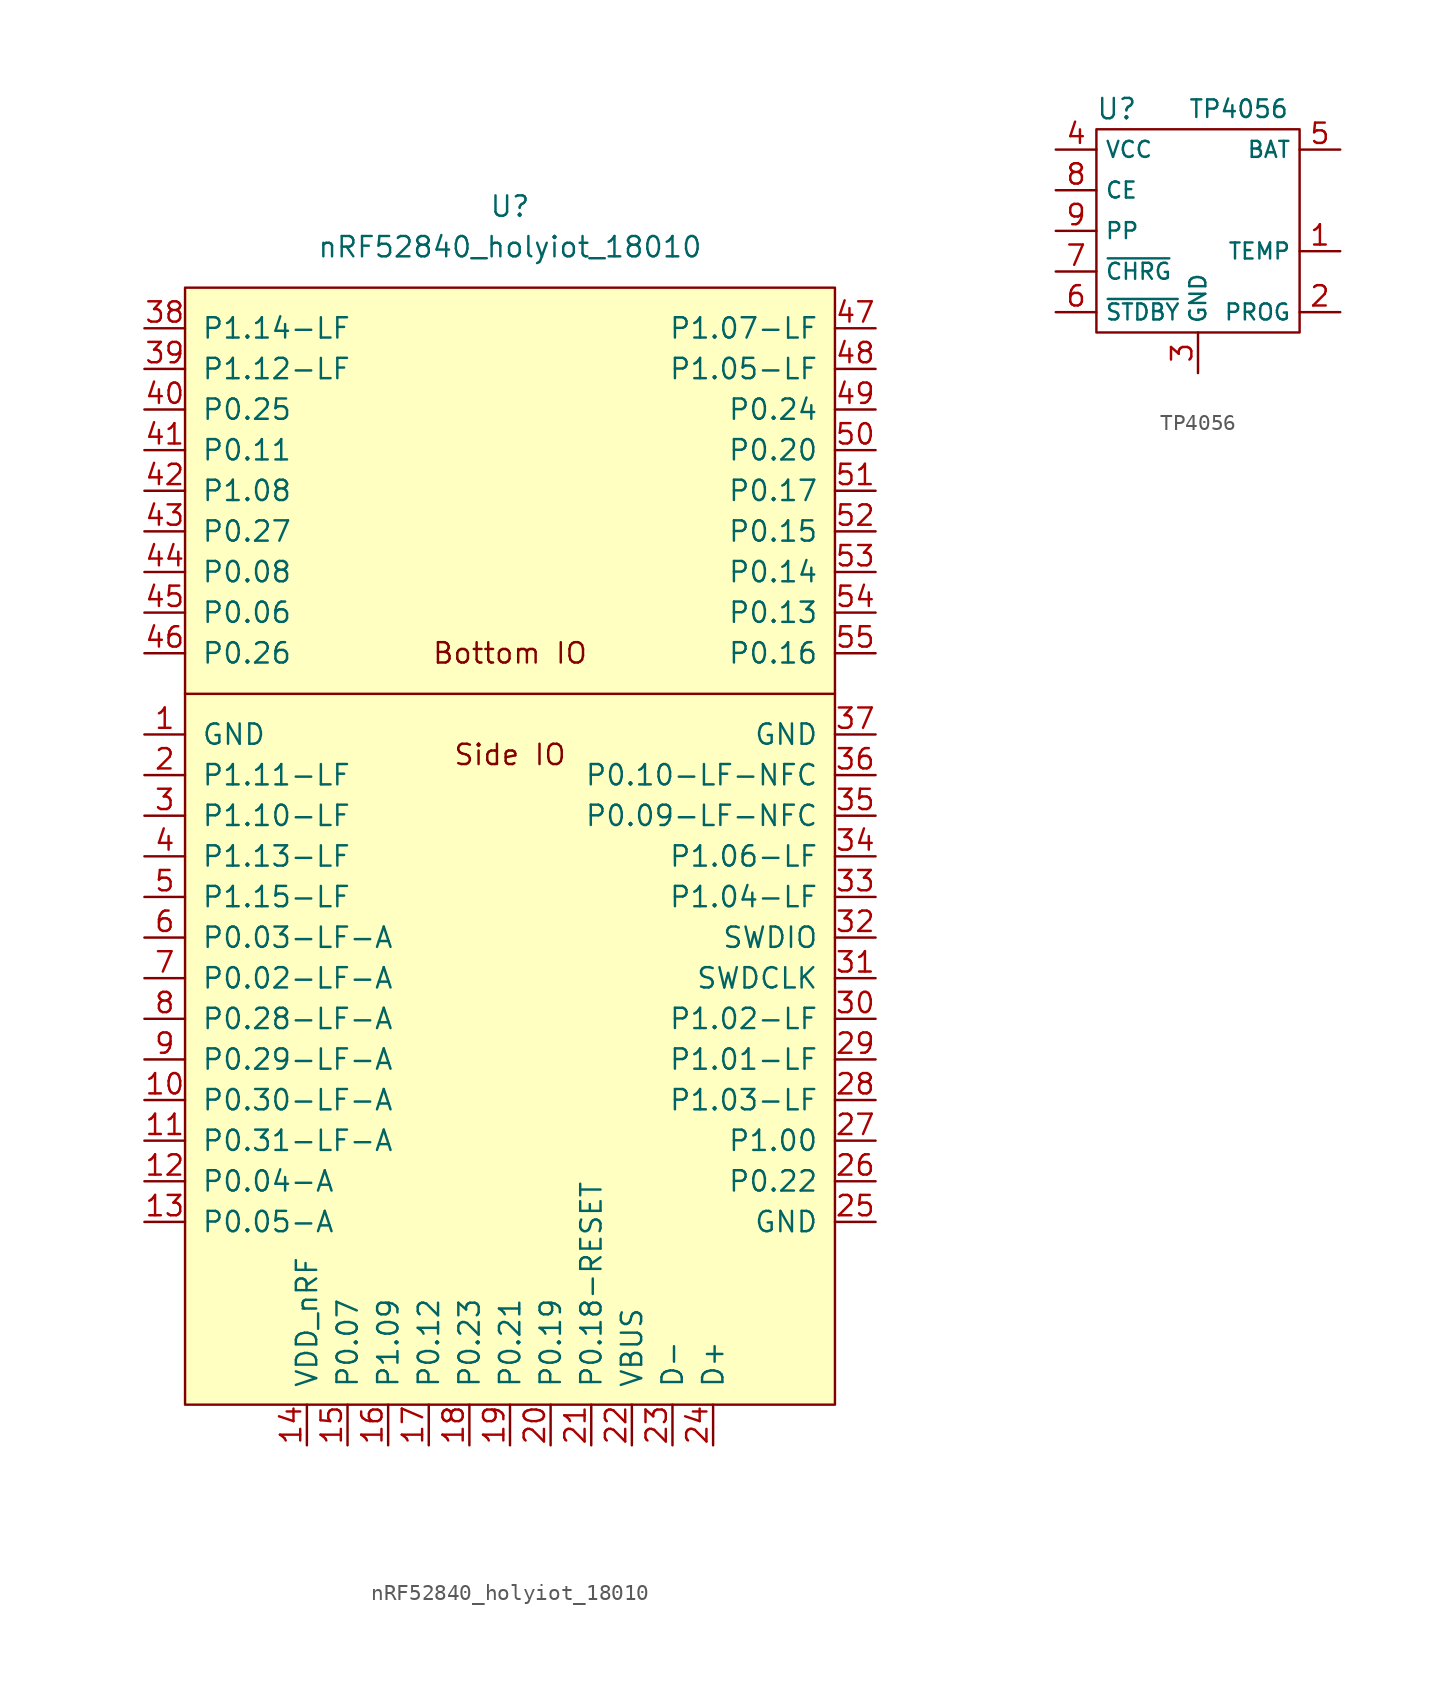
<source format=kicad_sym>
(kicad_symbol_lib
  (version 20241209)
  (generator "kicad_symbol_editor")
  (generator_version "9.0")
  (symbol "nRF52840_holyiot_18010"
    (pin_names
      (offset 1.016))
    (property "Reference" "U"
      (at 0 30.48 0)
      (effects (font (size 1.27 1.27))))
    (property "Value" "nRF52840_holyiot_18010"
      (at 0 27.94 0)
      (effects (font (size 1.27 1.27))))
    (symbol "nRF52840_holyiot_18010_0_0"
      (text "Bottom IO" (at 0 2.54 0) (effects (font (size 1.27 1.27))))
      (text "Side IO" (at 0 -3.81 0) (effects (font (size 1.27 1.27)))))
    (symbol "nRF52840_holyiot_18010_0_1"
      (rectangle (start -20.32 25.4) (end 20.32 -44.45) (stroke (width 0.152) (type default)) (fill (type background)))
      (polyline (pts (xy 20.32 0) (xy -20.32 0)) (stroke (width 0) (type default)) (fill (type none))))
    (symbol "nRF52840_holyiot_18010_1_1"
      (pin bidirectional line (at -22.86 22.86 0) (length 2.54) (name "P1.14-LF" (effects (font (size 1.27 1.27)))) (number "38" (effects (font (size 1.27 1.27)))))
      (pin bidirectional line (at -22.86 20.32 0) (length 2.54) (name "P1.12-LF" (effects (font (size 1.27 1.27)))) (number "39" (effects (font (size 1.27 1.27)))))
      (pin bidirectional line (at -22.86 17.78 0) (length 2.54) (name "P0.25" (effects (font (size 1.27 1.27)))) (number "40" (effects (font (size 1.27 1.27)))))
      (pin bidirectional line (at -22.86 15.24 0) (length 2.54) (name "P0.11" (effects (font (size 1.27 1.27)))) (number "41" (effects (font (size 1.27 1.27)))))
      (pin bidirectional line (at -22.86 12.7 0) (length 2.54) (name "P1.08" (effects (font (size 1.27 1.27)))) (number "42" (effects (font (size 1.27 1.27)))))
      (pin bidirectional line (at -22.86 10.16 0) (length 2.54) (name "P0.27" (effects (font (size 1.27 1.27)))) (number "43" (effects (font (size 1.27 1.27)))))
      (pin bidirectional line (at -22.86 7.62 0) (length 2.54) (name "P0.08" (effects (font (size 1.27 1.27)))) (number "44" (effects (font (size 1.27 1.27)))))
      (pin bidirectional line (at -22.86 5.08 0) (length 2.54) (name "P0.06" (effects (font (size 1.27 1.27)))) (number "45" (effects (font (size 1.27 1.27)))))
      (pin bidirectional line (at -22.86 2.54 0) (length 2.54) (name "P0.26" (effects (font (size 1.27 1.27)))) (number "46" (effects (font (size 1.27 1.27)))))
      (pin power_in line (at -22.86 -2.54 0) (length 2.54) (name "GND" (effects (font (size 1.27 1.27)))) (number "1" (effects (font (size 1.27 1.27)))))
      (pin bidirectional line (at -22.86 -5.08 0) (length 2.54) (name "P1.11-LF" (effects (font (size 1.27 1.27)))) (number "2" (effects (font (size 1.27 1.27)))))
      (pin bidirectional line (at -22.86 -7.62 0) (length 2.54) (name "P1.10-LF" (effects (font (size 1.27 1.27)))) (number "3" (effects (font (size 1.27 1.27)))))
      (pin bidirectional line (at -22.86 -10.16 0) (length 2.54) (name "P1.13-LF" (effects (font (size 1.27 1.27)))) (number "4" (effects (font (size 1.27 1.27)))))
      (pin bidirectional line (at -22.86 -12.7 0) (length 2.54) (name "P1.15-LF" (effects (font (size 1.27 1.27)))) (number "5" (effects (font (size 1.27 1.27)))))
      (pin bidirectional line (at -22.86 -15.24 0) (length 2.54) (name "P0.03-LF-A" (effects (font (size 1.27 1.27)))) (number "6" (effects (font (size 1.27 1.27)))))
      (pin bidirectional line (at -22.86 -17.78 0) (length 2.54) (name "P0.02-LF-A" (effects (font (size 1.27 1.27)))) (number "7" (effects (font (size 1.27 1.27)))))
      (pin bidirectional line (at -22.86 -20.32 0) (length 2.54) (name "P0.28-LF-A" (effects (font (size 1.27 1.27)))) (number "8" (effects (font (size 1.27 1.27)))))
      (pin bidirectional line (at -22.86 -22.86 0) (length 2.54) (name "P0.29-LF-A" (effects (font (size 1.27 1.27)))) (number "9" (effects (font (size 1.27 1.27)))))
      (pin bidirectional line (at -22.86 -25.4 0) (length 2.54) (name "P0.30-LF-A" (effects (font (size 1.27 1.27)))) (number "10" (effects (font (size 1.27 1.27)))))
      (pin bidirectional line (at -22.86 -27.94 0) (length 2.54) (name "P0.31-LF-A" (effects (font (size 1.27 1.27)))) (number "11" (effects (font (size 1.27 1.27)))))
      (pin bidirectional line (at -22.86 -30.48 0) (length 2.54) (name "P0.04-A" (effects (font (size 1.27 1.27)))) (number "12" (effects (font (size 1.27 1.27)))))
      (pin bidirectional line (at -22.86 -33.02 0) (length 2.54) (name "P0.05-A" (effects (font (size 1.27 1.27)))) (number "13" (effects (font (size 1.27 1.27)))))
      (pin power_in line (at -12.7 -46.99 90) (length 2.54) (name "VDD_nRF" (effects (font (size 1.27 1.27)))) (number "14" (effects (font (size 1.27 1.27)))))
      (pin bidirectional line (at -10.16 -46.99 90) (length 2.54) (name "P0.07" (effects (font (size 1.27 1.27)))) (number "15" (effects (font (size 1.27 1.27)))))
      (pin bidirectional line (at -7.62 -46.99 90) (length 2.54) (name "P1.09" (effects (font (size 1.27 1.27)))) (number "16" (effects (font (size 1.27 1.27)))))
      (pin bidirectional line (at -5.08 -46.99 90) (length 2.54) (name "P0.12" (effects (font (size 1.27 1.27)))) (number "17" (effects (font (size 1.27 1.27)))))
      (pin bidirectional line (at -2.54 -46.99 90) (length 2.54) (name "P0.23" (effects (font (size 1.27 1.27)))) (number "18" (effects (font (size 1.27 1.27)))))
      (pin bidirectional line (at 0 -46.99 90) (length 2.54) (name "P0.21" (effects (font (size 1.27 1.27)))) (number "19" (effects (font (size 1.27 1.27)))))
      (pin bidirectional line (at 2.54 -46.99 90) (length 2.54) (name "P0.19" (effects (font (size 1.27 1.27)))) (number "20" (effects (font (size 1.27 1.27)))))
      (pin input line (at 5.08 -46.99 90) (length 2.54) (name "P0.18-RESET" (effects (font (size 1.27 1.27)))) (number "21" (effects (font (size 1.27 1.27)))))
      (pin power_in line (at 7.62 -46.99 90) (length 2.54) (name "VBUS" (effects (font (size 1.27 1.27)))) (number "22" (effects (font (size 1.27 1.27)))))
      (pin bidirectional line (at 10.16 -46.99 90) (length 2.54) (name "D-" (effects (font (size 1.27 1.27)))) (number "23" (effects (font (size 1.27 1.27)))))
      (pin bidirectional line (at 12.7 -46.99 90) (length 2.54) (name "D+" (effects (font (size 1.27 1.27)))) (number "24" (effects (font (size 1.27 1.27)))))
      (pin bidirectional line (at 22.86 22.86 180) (length 2.54) (name "P1.07-LF" (effects (font (size 1.27 1.27)))) (number "47" (effects (font (size 1.27 1.27)))))
      (pin bidirectional line (at 22.86 20.32 180) (length 2.54) (name "P1.05-LF" (effects (font (size 1.27 1.27)))) (number "48" (effects (font (size 1.27 1.27)))))
      (pin bidirectional line (at 22.86 17.78 180) (length 2.54) (name "P0.24" (effects (font (size 1.27 1.27)))) (number "49" (effects (font (size 1.27 1.27)))))
      (pin bidirectional line (at 22.86 15.24 180) (length 2.54) (name "P0.20" (effects (font (size 1.27 1.27)))) (number "50" (effects (font (size 1.27 1.27)))))
      (pin bidirectional line (at 22.86 12.7 180) (length 2.54) (name "P0.17" (effects (font (size 1.27 1.27)))) (number "51" (effects (font (size 1.27 1.27)))))
      (pin bidirectional line (at 22.86 10.16 180) (length 2.54) (name "P0.15" (effects (font (size 1.27 1.27)))) (number "52" (effects (font (size 1.27 1.27)))))
      (pin bidirectional line (at 22.86 7.62 180) (length 2.54) (name "P0.14" (effects (font (size 1.27 1.27)))) (number "53" (effects (font (size 1.27 1.27)))))
      (pin bidirectional line (at 22.86 5.08 180) (length 2.54) (name "P0.13" (effects (font (size 1.27 1.27)))) (number "54" (effects (font (size 1.27 1.27)))))
      (pin bidirectional line (at 22.86 2.54 180) (length 2.54) (name "P0.16" (effects (font (size 1.27 1.27)))) (number "55" (effects (font (size 1.27 1.27)))))
      (pin power_in line (at 22.86 -2.54 180) (length 2.54) (name "GND" (effects (font (size 1.27 1.27)))) (number "37" (effects (font (size 1.27 1.27)))))
      (pin bidirectional line (at 22.86 -5.08 180) (length 2.54) (name "P0.10-LF-NFC" (effects (font (size 1.27 1.27)))) (number "36" (effects (font (size 1.27 1.27)))))
      (pin bidirectional line (at 22.86 -7.62 180) (length 2.54) (name "P0.09-LF-NFC" (effects (font (size 1.27 1.27)))) (number "35" (effects (font (size 1.27 1.27)))))
      (pin bidirectional line (at 22.86 -10.16 180) (length 2.54) (name "P1.06-LF" (effects (font (size 1.27 1.27)))) (number "34" (effects (font (size 1.27 1.27)))))
      (pin bidirectional line (at 22.86 -12.7 180) (length 2.54) (name "P1.04-LF" (effects (font (size 1.27 1.27)))) (number "33" (effects (font (size 1.27 1.27)))))
      (pin bidirectional line (at 22.86 -15.24 180) (length 2.54) (name "SWDIO" (effects (font (size 1.27 1.27)))) (number "32" (effects (font (size 1.27 1.27)))))
      (pin bidirectional line (at 22.86 -17.78 180) (length 2.54) (name "SWDCLK" (effects (font (size 1.27 1.27)))) (number "31" (effects (font (size 1.27 1.27)))))
      (pin bidirectional line (at 22.86 -20.32 180) (length 2.54) (name "P1.02-LF" (effects (font (size 1.27 1.27)))) (number "30" (effects (font (size 1.27 1.27)))))
      (pin bidirectional line (at 22.86 -22.86 180) (length 2.54) (name "P1.01-LF" (effects (font (size 1.27 1.27)))) (number "29" (effects (font (size 1.27 1.27)))))
      (pin bidirectional line (at 22.86 -25.4 180) (length 2.54) (name "P1.03-LF" (effects (font (size 1.27 1.27)))) (number "28" (effects (font (size 1.27 1.27)))))
      (pin bidirectional line (at 22.86 -27.94 180) (length 2.54) (name "P1.00" (effects (font (size 1.27 1.27)))) (number "27" (effects (font (size 1.27 1.27)))))
      (pin bidirectional line (at 22.86 -30.48 180) (length 2.54) (name "P0.22" (effects (font (size 1.27 1.27)))) (number "26" (effects (font (size 1.27 1.27)))))
      (pin power_in line (at 22.86 -33.02 180) (length 2.54) (name "GND" (effects (font (size 1.27 1.27)))) (number "25" (effects (font (size 1.27 1.27)))))))
  (symbol "TP4056"
    (property "Reference" "U"
      (at 1.27 13.97 0)
      (effects (font (size 1.27 1.27))))
    (property "Value" "TP4056"
      (at 8.89 13.97 0)
      (effects (font (size 1.1 1.1))))
    (symbol "TP4056_0_1"
      (rectangle (start 0 12.7) (end 12.7 0) (stroke (width 0) (type default)) (fill (type none))))
    (symbol "TP4056_1_1"
      (pin input line (at -2.54 11.43 0) (length 2.54) (name "VCC" (effects (font (size 1 1)))) (number "4" (effects (font (size 1.27 1.27)))))
      (pin input line (at -2.54 8.89 0) (length 2.54) (name "CE" (effects (font (size 1 1)))) (number "8" (effects (font (size 1.27 1.27)))))
      (pin input line (at -2.54 6.35 0) (length 2.54) (name "PP" (effects (font (size 1 1)))) (number "9" (effects (font (size 1.27 1.27)))))
      (pin input line (at -2.54 3.81 0) (length 2.54) (name "~{CHRG}" (effects (font (size 1 1)))) (number "7" (effects (font (size 1.27 1.27)))))
      (pin input line (at -2.54 1.27 0) (length 2.54) (name "~{STDBY}" (effects (font (size 1 1)))) (number "6" (effects (font (size 1.27 1.27)))))
      (pin input line (at 6.35 -2.54 90) (length 2.54) (name "GND" (effects (font (size 1 1)))) (number "3" (effects (font (size 1.27 1.27)))))
      (pin input line (at 15.24 11.43 180) (length 2.54) (name "BAT" (effects (font (size 1 1)))) (number "5" (effects (font (size 1.27 1.27)))))
      (pin input line (at 15.24 5.08 180) (length 2.54) (name "TEMP" (effects (font (size 1 1)))) (number "1" (effects (font (size 1.27 1.27)))))
      (pin input line (at 15.24 1.27 180) (length 2.54) (name "PROG" (effects (font (size 1 1)))) (number "2" (effects (font (size 1.27 1.27))))))))
</source>
